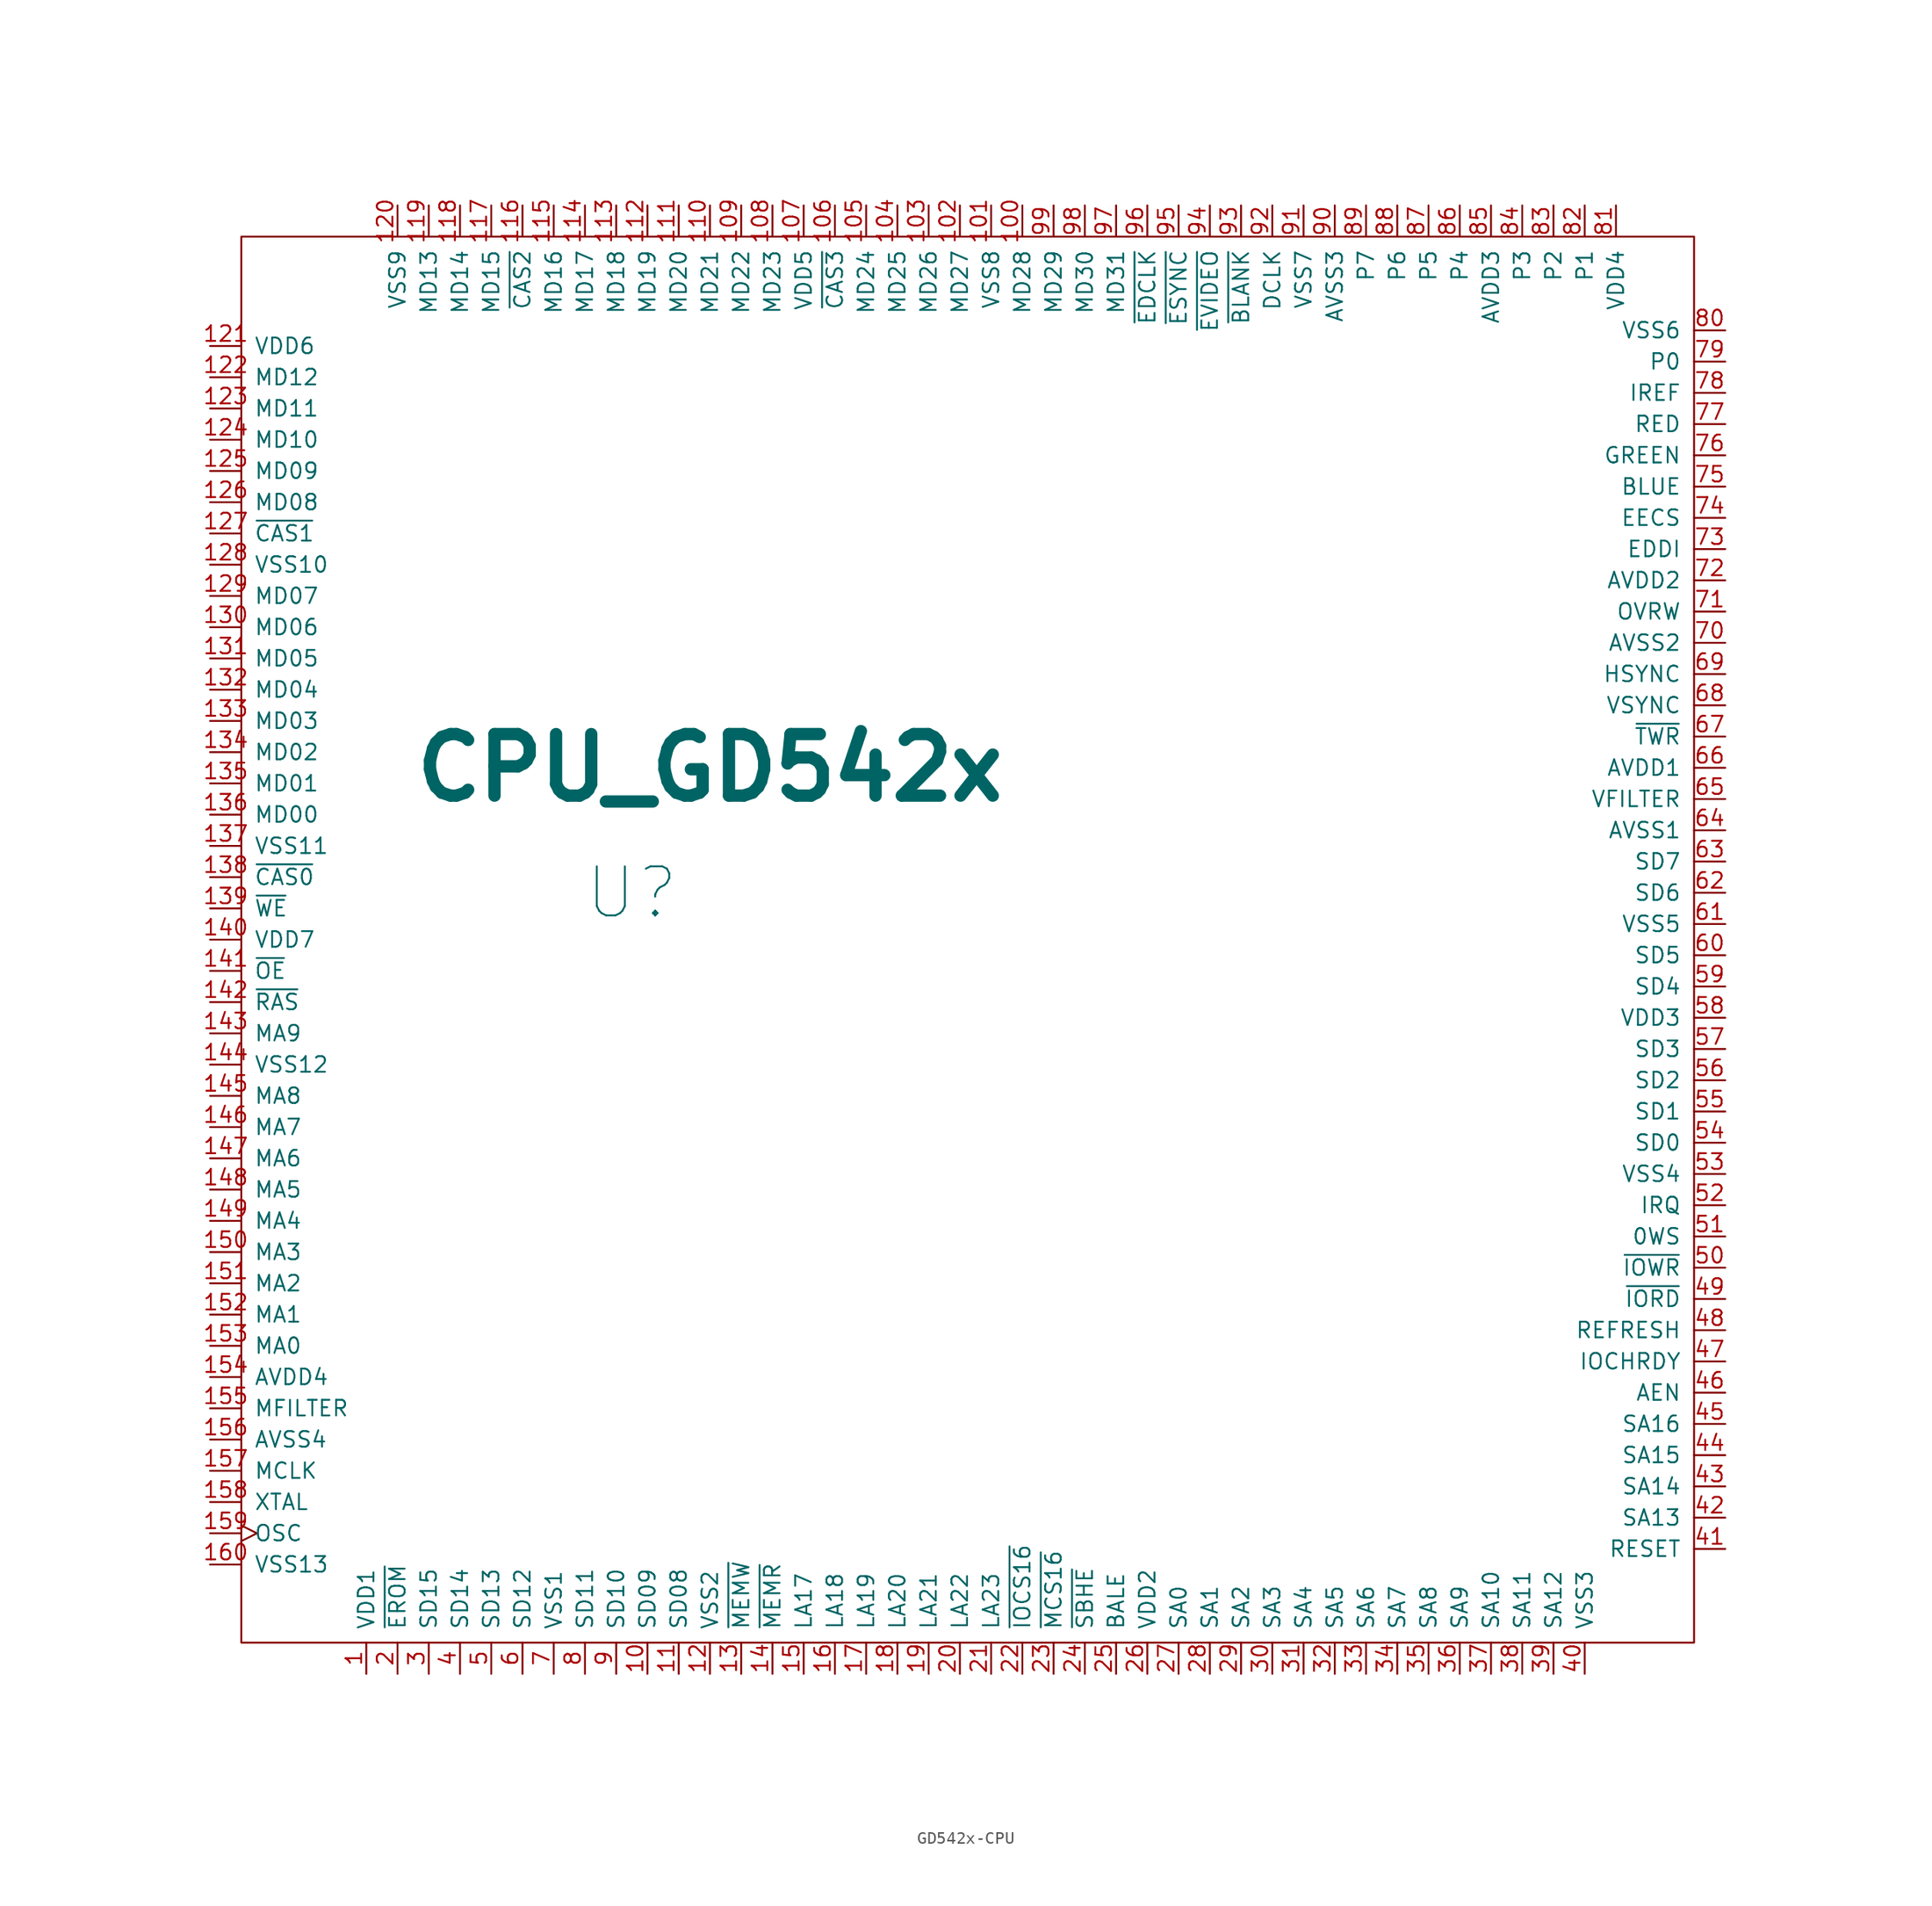
<source format=kicad_sym>
(kicad_symbol_lib
  (version 20240819)
  (generator "kicad_symbol_editor")
  (generator_version "8.99")
  (symbol "GD542x-CPU"
    (pin_names
      (offset 1.016))
    (property "Reference" "U"
      (at 16.51 -27.94 0)
      (effects (font (size 3.988 3.988))))
    (property "Value" "CPU_GD542x"
      (at 22.86 -17.78 0)
      (effects (font (size 5.004 5.004) (bold yes))))
    (symbol "GD542x-CPU_0_1"
      (rectangle (start -15.24 25.4) (end 102.87 -88.9) (stroke (width 0) (type solid)) (fill (type none))))
    (symbol "GD542x-CPU_1_1"
      (pin power_in line (at -17.78 16.51 0) (length 2.54) (name "VDD6" (effects (font (size 1.27 1.27)))) (number "121" (effects (font (size 1.27 1.27)))))
      (pin bidirectional line (at -17.78 13.97 0) (length 2.54) (name "MD12" (effects (font (size 1.27 1.27)))) (number "122" (effects (font (size 1.27 1.27)))))
      (pin bidirectional line (at -17.78 11.43 0) (length 2.54) (name "MD11" (effects (font (size 1.27 1.27)))) (number "123" (effects (font (size 1.27 1.27)))))
      (pin bidirectional line (at -17.78 8.89 0) (length 2.54) (name "MD10" (effects (font (size 1.27 1.27)))) (number "124" (effects (font (size 1.27 1.27)))))
      (pin bidirectional line (at -17.78 6.35 0) (length 2.54) (name "MD09" (effects (font (size 1.27 1.27)))) (number "125" (effects (font (size 1.27 1.27)))))
      (pin bidirectional line (at -17.78 3.81 0) (length 2.54) (name "MD08" (effects (font (size 1.27 1.27)))) (number "126" (effects (font (size 1.27 1.27)))))
      (pin output line (at -17.78 1.27 0) (length 2.54) (name "~{CAS1}" (effects (font (size 1.27 1.27)))) (number "127" (effects (font (size 1.27 1.27)))))
      (pin power_in line (at -17.78 -1.27 0) (length 2.54) (name "VSS10" (effects (font (size 1.27 1.27)))) (number "128" (effects (font (size 1.27 1.27)))))
      (pin bidirectional line (at -17.78 -3.81 0) (length 2.54) (name "MD07" (effects (font (size 1.27 1.27)))) (number "129" (effects (font (size 1.27 1.27)))))
      (pin bidirectional line (at -17.78 -6.35 0) (length 2.54) (name "MD06" (effects (font (size 1.27 1.27)))) (number "130" (effects (font (size 1.27 1.27)))))
      (pin bidirectional line (at -17.78 -8.89 0) (length 2.54) (name "MD05" (effects (font (size 1.27 1.27)))) (number "131" (effects (font (size 1.27 1.27)))))
      (pin bidirectional line (at -17.78 -11.43 0) (length 2.54) (name "MD04" (effects (font (size 1.27 1.27)))) (number "132" (effects (font (size 1.27 1.27)))))
      (pin bidirectional line (at -17.78 -13.97 0) (length 2.54) (name "MD03" (effects (font (size 1.27 1.27)))) (number "133" (effects (font (size 1.27 1.27)))))
      (pin bidirectional line (at -17.78 -16.51 0) (length 2.54) (name "MD02" (effects (font (size 1.27 1.27)))) (number "134" (effects (font (size 1.27 1.27)))))
      (pin bidirectional line (at -17.78 -19.05 0) (length 2.54) (name "MD01" (effects (font (size 1.27 1.27)))) (number "135" (effects (font (size 1.27 1.27)))))
      (pin bidirectional line (at -17.78 -21.59 0) (length 2.54) (name "MD00" (effects (font (size 1.27 1.27)))) (number "136" (effects (font (size 1.27 1.27)))))
      (pin power_in line (at -17.78 -24.13 0) (length 2.54) (name "VSS11" (effects (font (size 1.27 1.27)))) (number "137" (effects (font (size 1.27 1.27)))))
      (pin output line (at -17.78 -26.67 0) (length 2.54) (name "~{CAS0}" (effects (font (size 1.27 1.27)))) (number "138" (effects (font (size 1.27 1.27)))))
      (pin output line (at -17.78 -29.21 0) (length 2.54) (name "~{WE}" (effects (font (size 1.27 1.27)))) (number "139" (effects (font (size 1.27 1.27)))))
      (pin power_in line (at -17.78 -31.75 0) (length 2.54) (name "VDD7" (effects (font (size 1.27 1.27)))) (number "140" (effects (font (size 1.27 1.27)))))
      (pin output line (at -17.78 -34.29 0) (length 2.54) (name "~{OE}" (effects (font (size 1.27 1.27)))) (number "141" (effects (font (size 1.27 1.27)))))
      (pin output line (at -17.78 -36.83 0) (length 2.54) (name "~{RAS}" (effects (font (size 1.27 1.27)))) (number "142" (effects (font (size 1.27 1.27)))))
      (pin output line (at -17.78 -39.37 0) (length 2.54) (name "MA9" (effects (font (size 1.27 1.27)))) (number "143" (effects (font (size 1.27 1.27)))))
      (pin power_in line (at -17.78 -41.91 0) (length 2.54) (name "VSS12" (effects (font (size 1.27 1.27)))) (number "144" (effects (font (size 1.27 1.27)))))
      (pin output line (at -17.78 -44.45 0) (length 2.54) (name "MA8" (effects (font (size 1.27 1.27)))) (number "145" (effects (font (size 1.27 1.27)))))
      (pin output line (at -17.78 -46.99 0) (length 2.54) (name "MA7" (effects (font (size 1.27 1.27)))) (number "146" (effects (font (size 1.27 1.27)))))
      (pin output line (at -17.78 -49.53 0) (length 2.54) (name "MA6" (effects (font (size 1.27 1.27)))) (number "147" (effects (font (size 1.27 1.27)))))
      (pin output line (at -17.78 -52.07 0) (length 2.54) (name "MA5" (effects (font (size 1.27 1.27)))) (number "148" (effects (font (size 1.27 1.27)))))
      (pin output line (at -17.78 -54.61 0) (length 2.54) (name "MA4" (effects (font (size 1.27 1.27)))) (number "149" (effects (font (size 1.27 1.27)))))
      (pin output line (at -17.78 -57.15 0) (length 2.54) (name "MA3" (effects (font (size 1.27 1.27)))) (number "150" (effects (font (size 1.27 1.27)))))
      (pin output line (at -17.78 -59.69 0) (length 2.54) (name "MA2" (effects (font (size 1.27 1.27)))) (number "151" (effects (font (size 1.27 1.27)))))
      (pin output line (at -17.78 -62.23 0) (length 2.54) (name "MA1" (effects (font (size 1.27 1.27)))) (number "152" (effects (font (size 1.27 1.27)))))
      (pin output line (at -17.78 -64.77 0) (length 2.54) (name "MA0" (effects (font (size 1.27 1.27)))) (number "153" (effects (font (size 1.27 1.27)))))
      (pin power_in line (at -17.78 -67.31 0) (length 2.54) (name "AVDD4" (effects (font (size 1.27 1.27)))) (number "154" (effects (font (size 1.27 1.27)))))
      (pin power_in line (at -17.78 -69.85 0) (length 2.54) (name "MFILTER" (effects (font (size 1.27 1.27)))) (number "155" (effects (font (size 1.27 1.27)))))
      (pin power_in line (at -17.78 -72.39 0) (length 2.54) (name "AVSS4" (effects (font (size 1.27 1.27)))) (number "156" (effects (font (size 1.27 1.27)))))
      (pin output line (at -17.78 -74.93 0) (length 2.54) (name "MCLK" (effects (font (size 1.27 1.27)))) (number "157" (effects (font (size 1.27 1.27)))))
      (pin output line (at -17.78 -77.47 0) (length 2.54) (name "XTAL" (effects (font (size 1.27 1.27)))) (number "158" (effects (font (size 1.27 1.27)))))
      (pin input clock (at -17.78 -80.01 0) (length 2.54) (name "OSC" (effects (font (size 1.27 1.27)))) (number "159" (effects (font (size 1.27 1.27)))))
      (pin power_in line (at -17.78 -82.55 0) (length 2.54) (name "VSS13" (effects (font (size 1.27 1.27)))) (number "160" (effects (font (size 1.27 1.27)))))
      (pin power_in line (at -5.08 -91.44 90) (length 2.54) (name "VDD1" (effects (font (size 1.27 1.27)))) (number "1" (effects (font (size 1.27 1.27)))))
      (pin power_in line (at -2.54 27.94 270) (length 2.54) (name "VSS9" (effects (font (size 1.27 1.27)))) (number "120" (effects (font (size 1.27 1.27)))))
      (pin output line (at -2.54 -91.44 90) (length 2.54) (name "~{EROM}" (effects (font (size 1.27 1.27)))) (number "2" (effects (font (size 1.27 1.27)))))
      (pin bidirectional line (at 0 27.94 270) (length 2.54) (name "MD13" (effects (font (size 1.27 1.27)))) (number "119" (effects (font (size 1.27 1.27)))))
      (pin bidirectional line (at 0 -91.44 90) (length 2.54) (name "SD15" (effects (font (size 1.27 1.27)))) (number "3" (effects (font (size 1.27 1.27)))))
      (pin bidirectional line (at 2.54 27.94 270) (length 2.54) (name "MD14" (effects (font (size 1.27 1.27)))) (number "118" (effects (font (size 1.27 1.27)))))
      (pin bidirectional line (at 2.54 -91.44 90) (length 2.54) (name "SD14" (effects (font (size 1.27 1.27)))) (number "4" (effects (font (size 1.27 1.27)))))
      (pin bidirectional line (at 5.08 27.94 270) (length 2.54) (name "MD15" (effects (font (size 1.27 1.27)))) (number "117" (effects (font (size 1.27 1.27)))))
      (pin bidirectional line (at 5.08 -91.44 90) (length 2.54) (name "SD13" (effects (font (size 1.27 1.27)))) (number "5" (effects (font (size 1.27 1.27)))))
      (pin output line (at 7.62 27.94 270) (length 2.54) (name "~{CAS2}" (effects (font (size 1.27 1.27)))) (number "116" (effects (font (size 1.27 1.27)))))
      (pin bidirectional line (at 7.62 -91.44 90) (length 2.54) (name "SD12" (effects (font (size 1.27 1.27)))) (number "6" (effects (font (size 1.27 1.27)))))
      (pin bidirectional line (at 10.16 27.94 270) (length 2.54) (name "MD16" (effects (font (size 1.27 1.27)))) (number "115" (effects (font (size 1.27 1.27)))))
      (pin power_in line (at 10.16 -91.44 90) (length 2.54) (name "VSS1" (effects (font (size 1.27 1.27)))) (number "7" (effects (font (size 1.27 1.27)))))
      (pin bidirectional line (at 12.7 27.94 270) (length 2.54) (name "MD17" (effects (font (size 1.27 1.27)))) (number "114" (effects (font (size 1.27 1.27)))))
      (pin bidirectional line (at 12.7 -91.44 90) (length 2.54) (name "SD11" (effects (font (size 1.27 1.27)))) (number "8" (effects (font (size 1.27 1.27)))))
      (pin bidirectional line (at 15.24 27.94 270) (length 2.54) (name "MD18" (effects (font (size 1.27 1.27)))) (number "113" (effects (font (size 1.27 1.27)))))
      (pin bidirectional line (at 15.24 -91.44 90) (length 2.54) (name "SD10" (effects (font (size 1.27 1.27)))) (number "9" (effects (font (size 1.27 1.27)))))
      (pin bidirectional line (at 17.78 27.94 270) (length 2.54) (name "MD19" (effects (font (size 1.27 1.27)))) (number "112" (effects (font (size 1.27 1.27)))))
      (pin bidirectional line (at 17.78 -91.44 90) (length 2.54) (name "SD09" (effects (font (size 1.27 1.27)))) (number "10" (effects (font (size 1.27 1.27)))))
      (pin bidirectional line (at 20.32 27.94 270) (length 2.54) (name "MD20" (effects (font (size 1.27 1.27)))) (number "111" (effects (font (size 1.27 1.27)))))
      (pin bidirectional line (at 20.32 -91.44 90) (length 2.54) (name "SD08" (effects (font (size 1.27 1.27)))) (number "11" (effects (font (size 1.27 1.27)))))
      (pin bidirectional line (at 22.86 27.94 270) (length 2.54) (name "MD21" (effects (font (size 1.27 1.27)))) (number "110" (effects (font (size 1.27 1.27)))))
      (pin power_in line (at 22.86 -91.44 90) (length 2.54) (name "VSS2" (effects (font (size 1.27 1.27)))) (number "12" (effects (font (size 1.27 1.27)))))
      (pin bidirectional line (at 25.4 27.94 270) (length 2.54) (name "MD22" (effects (font (size 1.27 1.27)))) (number "109" (effects (font (size 1.27 1.27)))))
      (pin input line (at 25.4 -91.44 90) (length 2.54) (name "~{MEMW}" (effects (font (size 1.27 1.27)))) (number "13" (effects (font (size 1.27 1.27)))))
      (pin bidirectional line (at 27.94 27.94 270) (length 2.54) (name "MD23" (effects (font (size 1.27 1.27)))) (number "108" (effects (font (size 1.27 1.27)))))
      (pin input line (at 27.94 -91.44 90) (length 2.54) (name "~{MEMR}" (effects (font (size 1.27 1.27)))) (number "14" (effects (font (size 1.27 1.27)))))
      (pin power_in line (at 30.48 27.94 270) (length 2.54) (name "VDD5" (effects (font (size 1.27 1.27)))) (number "107" (effects (font (size 1.27 1.27)))))
      (pin input line (at 30.48 -91.44 90) (length 2.54) (name "LA17" (effects (font (size 1.27 1.27)))) (number "15" (effects (font (size 1.27 1.27)))))
      (pin output line (at 33.02 27.94 270) (length 2.54) (name "~{CAS3}" (effects (font (size 1.27 1.27)))) (number "106" (effects (font (size 1.27 1.27)))))
      (pin input line (at 33.02 -91.44 90) (length 2.54) (name "LA18" (effects (font (size 1.27 1.27)))) (number "16" (effects (font (size 1.27 1.27)))))
      (pin bidirectional line (at 35.56 27.94 270) (length 2.54) (name "MD24" (effects (font (size 1.27 1.27)))) (number "105" (effects (font (size 1.27 1.27)))))
      (pin input line (at 35.56 -91.44 90) (length 2.54) (name "LA19" (effects (font (size 1.27 1.27)))) (number "17" (effects (font (size 1.27 1.27)))))
      (pin bidirectional line (at 38.1 27.94 270) (length 2.54) (name "MD25" (effects (font (size 1.27 1.27)))) (number "104" (effects (font (size 1.27 1.27)))))
      (pin input line (at 38.1 -91.44 90) (length 2.54) (name "LA20" (effects (font (size 1.27 1.27)))) (number "18" (effects (font (size 1.27 1.27)))))
      (pin bidirectional line (at 40.64 27.94 270) (length 2.54) (name "MD26" (effects (font (size 1.27 1.27)))) (number "103" (effects (font (size 1.27 1.27)))))
      (pin input line (at 40.64 -91.44 90) (length 2.54) (name "LA21" (effects (font (size 1.27 1.27)))) (number "19" (effects (font (size 1.27 1.27)))))
      (pin bidirectional line (at 43.18 27.94 270) (length 2.54) (name "MD27" (effects (font (size 1.27 1.27)))) (number "102" (effects (font (size 1.27 1.27)))))
      (pin input line (at 43.18 -91.44 90) (length 2.54) (name "LA22" (effects (font (size 1.27 1.27)))) (number "20" (effects (font (size 1.27 1.27)))))
      (pin power_in line (at 45.72 27.94 270) (length 2.54) (name "VSS8" (effects (font (size 1.27 1.27)))) (number "101" (effects (font (size 1.27 1.27)))))
      (pin input line (at 45.72 -91.44 90) (length 2.54) (name "LA23" (effects (font (size 1.27 1.27)))) (number "21" (effects (font (size 1.27 1.27)))))
      (pin bidirectional line (at 48.26 27.94 270) (length 2.54) (name "MD28" (effects (font (size 1.27 1.27)))) (number "100" (effects (font (size 1.27 1.27)))))
      (pin output line (at 48.26 -91.44 90) (length 2.54) (name "~{IOCS16}" (effects (font (size 1.27 1.27)))) (number "22" (effects (font (size 1.27 1.27)))))
      (pin bidirectional line (at 50.8 27.94 270) (length 2.54) (name "MD29" (effects (font (size 1.27 1.27)))) (number "99" (effects (font (size 1.27 1.27)))))
      (pin output line (at 50.8 -91.44 90) (length 2.54) (name "~{MCS16}" (effects (font (size 1.27 1.27)))) (number "23" (effects (font (size 1.27 1.27)))))
      (pin bidirectional line (at 53.34 27.94 270) (length 2.54) (name "MD30" (effects (font (size 1.27 1.27)))) (number "98" (effects (font (size 1.27 1.27)))))
      (pin input line (at 53.34 -91.44 90) (length 2.54) (name "~{SBHE}" (effects (font (size 1.27 1.27)))) (number "24" (effects (font (size 1.27 1.27)))))
      (pin bidirectional line (at 55.88 27.94 270) (length 2.54) (name "MD31" (effects (font (size 1.27 1.27)))) (number "97" (effects (font (size 1.27 1.27)))))
      (pin input line (at 55.88 -91.44 90) (length 2.54) (name "BALE" (effects (font (size 1.27 1.27)))) (number "25" (effects (font (size 1.27 1.27)))))
      (pin input line (at 58.42 27.94 270) (length 2.54) (name "~{EDCLK}" (effects (font (size 1.27 1.27)))) (number "96" (effects (font (size 1.27 1.27)))))
      (pin power_in line (at 58.42 -91.44 90) (length 2.54) (name "VDD2" (effects (font (size 1.27 1.27)))) (number "26" (effects (font (size 1.27 1.27)))))
      (pin input line (at 60.96 27.94 270) (length 2.54) (name "~{ESYNC}" (effects (font (size 1.27 1.27)))) (number "95" (effects (font (size 1.27 1.27)))))
      (pin input line (at 60.96 -91.44 90) (length 2.54) (name "SA0" (effects (font (size 1.27 1.27)))) (number "27" (effects (font (size 1.27 1.27)))))
      (pin input line (at 63.5 27.94 270) (length 2.54) (name "~{EVIDEO}" (effects (font (size 1.27 1.27)))) (number "94" (effects (font (size 1.27 1.27)))))
      (pin input line (at 63.5 -91.44 90) (length 2.54) (name "SA1" (effects (font (size 1.27 1.27)))) (number "28" (effects (font (size 1.27 1.27)))))
      (pin bidirectional line (at 66.04 27.94 270) (length 2.54) (name "~{BLANK}" (effects (font (size 1.27 1.27)))) (number "93" (effects (font (size 1.27 1.27)))))
      (pin input line (at 66.04 -91.44 90) (length 2.54) (name "SA2" (effects (font (size 1.27 1.27)))) (number "29" (effects (font (size 1.27 1.27)))))
      (pin bidirectional line (at 68.58 27.94 270) (length 2.54) (name "DCLK" (effects (font (size 1.27 1.27)))) (number "92" (effects (font (size 1.27 1.27)))))
      (pin input line (at 68.58 -91.44 90) (length 2.54) (name "SA3" (effects (font (size 1.27 1.27)))) (number "30" (effects (font (size 1.27 1.27)))))
      (pin power_in line (at 71.12 27.94 270) (length 2.54) (name "VSS7" (effects (font (size 1.27 1.27)))) (number "91" (effects (font (size 1.27 1.27)))))
      (pin input line (at 71.12 -91.44 90) (length 2.54) (name "SA4" (effects (font (size 1.27 1.27)))) (number "31" (effects (font (size 1.27 1.27)))))
      (pin power_in line (at 73.66 27.94 270) (length 2.54) (name "AVSS3" (effects (font (size 1.27 1.27)))) (number "90" (effects (font (size 1.27 1.27)))))
      (pin input line (at 73.66 -91.44 90) (length 2.54) (name "SA5" (effects (font (size 1.27 1.27)))) (number "32" (effects (font (size 1.27 1.27)))))
      (pin bidirectional line (at 76.2 27.94 270) (length 2.54) (name "P7" (effects (font (size 1.27 1.27)))) (number "89" (effects (font (size 1.27 1.27)))))
      (pin input line (at 76.2 -91.44 90) (length 2.54) (name "SA6" (effects (font (size 1.27 1.27)))) (number "33" (effects (font (size 1.27 1.27)))))
      (pin bidirectional line (at 78.74 27.94 270) (length 2.54) (name "P6" (effects (font (size 1.27 1.27)))) (number "88" (effects (font (size 1.27 1.27)))))
      (pin input line (at 78.74 -91.44 90) (length 2.54) (name "SA7" (effects (font (size 1.27 1.27)))) (number "34" (effects (font (size 1.27 1.27)))))
      (pin bidirectional line (at 81.28 27.94 270) (length 2.54) (name "P5" (effects (font (size 1.27 1.27)))) (number "87" (effects (font (size 1.27 1.27)))))
      (pin input line (at 81.28 -91.44 90) (length 2.54) (name "SA8" (effects (font (size 1.27 1.27)))) (number "35" (effects (font (size 1.27 1.27)))))
      (pin bidirectional line (at 83.82 27.94 270) (length 2.54) (name "P4" (effects (font (size 1.27 1.27)))) (number "86" (effects (font (size 1.27 1.27)))))
      (pin input line (at 83.82 -91.44 90) (length 2.54) (name "SA9" (effects (font (size 1.27 1.27)))) (number "36" (effects (font (size 1.27 1.27)))))
      (pin power_in line (at 86.36 27.94 270) (length 2.54) (name "AVDD3" (effects (font (size 1.27 1.27)))) (number "85" (effects (font (size 1.27 1.27)))))
      (pin input line (at 86.36 -91.44 90) (length 2.54) (name "SA10" (effects (font (size 1.27 1.27)))) (number "37" (effects (font (size 1.27 1.27)))))
      (pin bidirectional line (at 88.9 27.94 270) (length 2.54) (name "P3" (effects (font (size 1.27 1.27)))) (number "84" (effects (font (size 1.27 1.27)))))
      (pin input line (at 88.9 -91.44 90) (length 2.54) (name "SA11" (effects (font (size 1.27 1.27)))) (number "38" (effects (font (size 1.27 1.27)))))
      (pin bidirectional line (at 91.44 27.94 270) (length 2.54) (name "P2" (effects (font (size 1.27 1.27)))) (number "83" (effects (font (size 1.27 1.27)))))
      (pin input line (at 91.44 -91.44 90) (length 2.54) (name "SA12" (effects (font (size 1.27 1.27)))) (number "39" (effects (font (size 1.27 1.27)))))
      (pin bidirectional line (at 93.98 27.94 270) (length 2.54) (name "P1" (effects (font (size 1.27 1.27)))) (number "82" (effects (font (size 1.27 1.27)))))
      (pin power_in line (at 93.98 -91.44 90) (length 2.54) (name "VSS3" (effects (font (size 1.27 1.27)))) (number "40" (effects (font (size 1.27 1.27)))))
      (pin power_in line (at 96.52 27.94 270) (length 2.54) (name "VDD4" (effects (font (size 1.27 1.27)))) (number "81" (effects (font (size 1.27 1.27)))))
      (pin power_in line (at 105.41 17.78 180) (length 2.54) (name "VSS6" (effects (font (size 1.27 1.27)))) (number "80" (effects (font (size 1.27 1.27)))))
      (pin bidirectional line (at 105.41 15.24 180) (length 2.54) (name "P0" (effects (font (size 1.27 1.27)))) (number "79" (effects (font (size 1.27 1.27)))))
      (pin input line (at 105.41 12.7 180) (length 2.54) (name "IREF" (effects (font (size 1.27 1.27)))) (number "78" (effects (font (size 1.27 1.27)))))
      (pin output line (at 105.41 10.16 180) (length 2.54) (name "RED" (effects (font (size 1.27 1.27)))) (number "77" (effects (font (size 1.27 1.27)))))
      (pin output line (at 105.41 7.62 180) (length 2.54) (name "GREEN" (effects (font (size 1.27 1.27)))) (number "76" (effects (font (size 1.27 1.27)))))
      (pin output line (at 105.41 5.08 180) (length 2.54) (name "BLUE" (effects (font (size 1.27 1.27)))) (number "75" (effects (font (size 1.27 1.27)))))
      (pin output line (at 105.41 2.54 180) (length 2.54) (name "EECS" (effects (font (size 1.27 1.27)))) (number "74" (effects (font (size 1.27 1.27)))))
      (pin input line (at 105.41 0 180) (length 2.54) (name "EDDI" (effects (font (size 1.27 1.27)))) (number "73" (effects (font (size 1.27 1.27)))))
      (pin power_in line (at 105.41 -2.54 180) (length 2.54) (name "AVDD2" (effects (font (size 1.27 1.27)))) (number "72" (effects (font (size 1.27 1.27)))))
      (pin output line (at 105.41 -5.08 180) (length 2.54) (name "OVRW" (effects (font (size 1.27 1.27)))) (number "71" (effects (font (size 1.27 1.27)))))
      (pin power_in line (at 105.41 -7.62 180) (length 2.54) (name "AVSS2" (effects (font (size 1.27 1.27)))) (number "70" (effects (font (size 1.27 1.27)))))
      (pin output line (at 105.41 -10.16 180) (length 2.54) (name "HSYNC" (effects (font (size 1.27 1.27)))) (number "69" (effects (font (size 1.27 1.27)))))
      (pin output line (at 105.41 -12.7 180) (length 2.54) (name "VSYNC" (effects (font (size 1.27 1.27)))) (number "68" (effects (font (size 1.27 1.27)))))
      (pin input line (at 105.41 -15.24 180) (length 2.54) (name "~{TWR}" (effects (font (size 1.27 1.27)))) (number "67" (effects (font (size 1.27 1.27)))))
      (pin power_in line (at 105.41 -17.78 180) (length 2.54) (name "AVDD1" (effects (font (size 1.27 1.27)))) (number "66" (effects (font (size 1.27 1.27)))))
      (pin power_in line (at 105.41 -20.32 180) (length 2.54) (name "VFILTER" (effects (font (size 1.27 1.27)))) (number "65" (effects (font (size 1.27 1.27)))))
      (pin power_in line (at 105.41 -22.86 180) (length 2.54) (name "AVSS1" (effects (font (size 1.27 1.27)))) (number "64" (effects (font (size 1.27 1.27)))))
      (pin bidirectional line (at 105.41 -25.4 180) (length 2.54) (name "SD7" (effects (font (size 1.27 1.27)))) (number "63" (effects (font (size 1.27 1.27)))))
      (pin bidirectional line (at 105.41 -27.94 180) (length 2.54) (name "SD6" (effects (font (size 1.27 1.27)))) (number "62" (effects (font (size 1.27 1.27)))))
      (pin power_in line (at 105.41 -30.48 180) (length 2.54) (name "VSS5" (effects (font (size 1.27 1.27)))) (number "61" (effects (font (size 1.27 1.27)))))
      (pin bidirectional line (at 105.41 -33.02 180) (length 2.54) (name "SD5" (effects (font (size 1.27 1.27)))) (number "60" (effects (font (size 1.27 1.27)))))
      (pin bidirectional line (at 105.41 -35.56 180) (length 2.54) (name "SD4" (effects (font (size 1.27 1.27)))) (number "59" (effects (font (size 1.27 1.27)))))
      (pin power_in line (at 105.41 -38.1 180) (length 2.54) (name "VDD3" (effects (font (size 1.27 1.27)))) (number "58" (effects (font (size 1.27 1.27)))))
      (pin bidirectional line (at 105.41 -40.64 180) (length 2.54) (name "SD3" (effects (font (size 1.27 1.27)))) (number "57" (effects (font (size 1.27 1.27)))))
      (pin bidirectional line (at 105.41 -43.18 180) (length 2.54) (name "SD2" (effects (font (size 1.27 1.27)))) (number "56" (effects (font (size 1.27 1.27)))))
      (pin bidirectional line (at 105.41 -45.72 180) (length 2.54) (name "SD1" (effects (font (size 1.27 1.27)))) (number "55" (effects (font (size 1.27 1.27)))))
      (pin bidirectional line (at 105.41 -48.26 180) (length 2.54) (name "SD0" (effects (font (size 1.27 1.27)))) (number "54" (effects (font (size 1.27 1.27)))))
      (pin power_in line (at 105.41 -50.8 180) (length 2.54) (name "VSS4" (effects (font (size 1.27 1.27)))) (number "53" (effects (font (size 1.27 1.27)))))
      (pin output line (at 105.41 -53.34 180) (length 2.54) (name "IRQ" (effects (font (size 1.27 1.27)))) (number "52" (effects (font (size 1.27 1.27)))))
      (pin output line (at 105.41 -55.88 180) (length 2.54) (name "0WS" (effects (font (size 1.27 1.27)))) (number "51" (effects (font (size 1.27 1.27)))))
      (pin input line (at 105.41 -58.42 180) (length 2.54) (name "~{IOWR}" (effects (font (size 1.27 1.27)))) (number "50" (effects (font (size 1.27 1.27)))))
      (pin input line (at 105.41 -60.96 180) (length 2.54) (name "~{IORD}" (effects (font (size 1.27 1.27)))) (number "49" (effects (font (size 1.27 1.27)))))
      (pin input line (at 105.41 -63.5 180) (length 2.54) (name "REFRESH" (effects (font (size 1.27 1.27)))) (number "48" (effects (font (size 1.27 1.27)))))
      (pin output line (at 105.41 -66.04 180) (length 2.54) (name "IOCHRDY" (effects (font (size 1.27 1.27)))) (number "47" (effects (font (size 1.27 1.27)))))
      (pin input line (at 105.41 -68.58 180) (length 2.54) (name "AEN" (effects (font (size 1.27 1.27)))) (number "46" (effects (font (size 1.27 1.27)))))
      (pin input line (at 105.41 -71.12 180) (length 2.54) (name "SA16" (effects (font (size 1.27 1.27)))) (number "45" (effects (font (size 1.27 1.27)))))
      (pin input line (at 105.41 -73.66 180) (length 2.54) (name "SA15" (effects (font (size 1.27 1.27)))) (number "44" (effects (font (size 1.27 1.27)))))
      (pin input line (at 105.41 -76.2 180) (length 2.54) (name "SA14" (effects (font (size 1.27 1.27)))) (number "43" (effects (font (size 1.27 1.27)))))
      (pin input line (at 105.41 -78.74 180) (length 2.54) (name "SA13" (effects (font (size 1.27 1.27)))) (number "42" (effects (font (size 1.27 1.27)))))
      (pin input line (at 105.41 -81.28 180) (length 2.54) (name "RESET" (effects (font (size 1.27 1.27)))) (number "41" (effects (font (size 1.27 1.27))))))))
</source>
